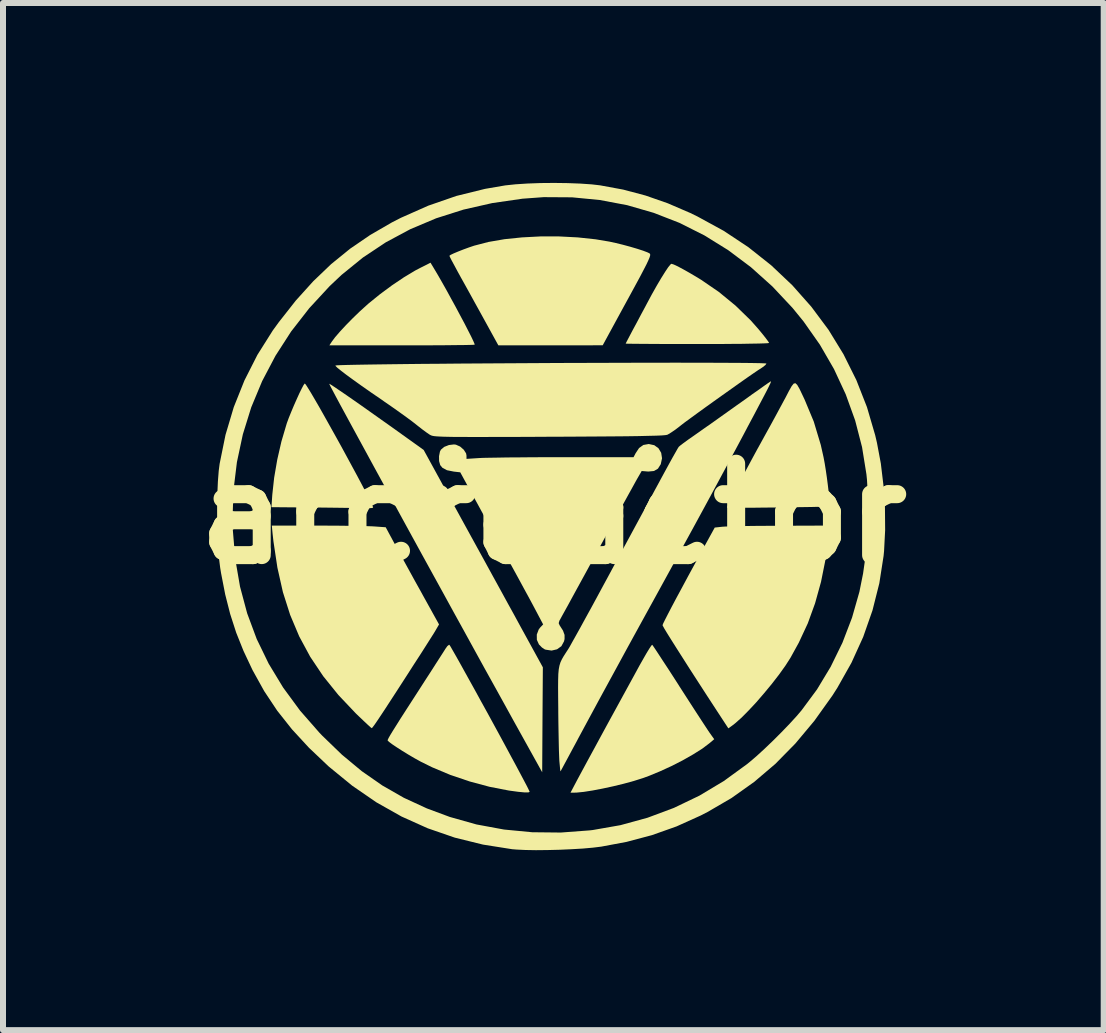
<source format=kicad_pcb>
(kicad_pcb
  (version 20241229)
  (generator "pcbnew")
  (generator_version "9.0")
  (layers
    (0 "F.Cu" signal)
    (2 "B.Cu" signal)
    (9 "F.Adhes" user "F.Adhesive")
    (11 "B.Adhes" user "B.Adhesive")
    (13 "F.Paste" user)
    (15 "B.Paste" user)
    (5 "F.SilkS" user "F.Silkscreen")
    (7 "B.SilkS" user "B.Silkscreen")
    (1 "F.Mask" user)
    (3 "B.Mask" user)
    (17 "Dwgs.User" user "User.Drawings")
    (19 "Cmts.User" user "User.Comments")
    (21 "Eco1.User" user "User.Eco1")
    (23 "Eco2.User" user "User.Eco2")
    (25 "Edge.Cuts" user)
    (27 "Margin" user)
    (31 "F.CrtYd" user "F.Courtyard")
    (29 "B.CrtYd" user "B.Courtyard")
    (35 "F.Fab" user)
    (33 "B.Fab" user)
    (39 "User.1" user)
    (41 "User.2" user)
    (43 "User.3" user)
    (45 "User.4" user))
  (footprint "arcreactor"
    (layer "F.Cu")
    (at 6.176 5.516)
    (property "Reference" "arcreactor" (at 0 0 0) (layer "F.SilkS") (effects (font (size 1.524 1.524) (thickness 0.3))))
    (attr board_only exclude_from_pos_files exclude_from_bom)
    (fp_poly (pts (xy -1.986 -4.083) (xy -1.926 -3.982) (xy -1.857 -3.862) (xy -1.782 -3.729) (xy -1.705 -3.588) (xy -1.627 -3.446) (xy -1.552 -3.305) (xy -1.482 -3.174) (xy -1.421 -3.055) (xy -1.37 -2.955) (xy -1.334 -2.879) (xy -1.314 -2.832) (xy -1.311 -2.82) (xy -1.335 -2.817) (xy -1.398 -2.815) (xy -1.498 -2.813) (xy -1.629 -2.812) (xy -1.788 -2.81) (xy -1.97 -2.809) (xy -2.173 -2.808) (xy -2.391 -2.808) (xy -2.529 -2.808) (xy -3.734 -2.808) (xy -3.695 -2.868) (xy -3.64 -2.942) (xy -3.558 -3.037) (xy -3.457 -3.146) (xy -3.344 -3.261) (xy -3.225 -3.376) (xy -3.109 -3.481) (xy -3.082 -3.505) (xy -2.891 -3.66) (xy -2.691 -3.808) (xy -2.492 -3.942) (xy -2.306 -4.054) (xy -2.216 -4.101) (xy -2.048 -4.186)) (stroke (width 0) (type solid)) (fill yes) (layer "F.SilkS"))
    (fp_poly (pts (xy -4.127 -2.153) (xy -4.093 -2.1) (xy -4.042 -2.017) (xy -3.978 -1.908) (xy -3.902 -1.777) (xy -3.819 -1.63) (xy -3.729 -1.469) (xy -3.635 -1.301) (xy -3.539 -1.128) (xy -3.445 -0.955) (xy -3.354 -0.787) (xy -3.268 -0.628) (xy -3.19 -0.481) (xy -3.123 -0.353) (xy -3.069 -0.246) (xy -3.03 -0.165) (xy -3.008 -0.115) (xy -3.005 -0.102) (xy -3.025 -0.096) (xy -3.078 -0.092) (xy -3.151 -0.093) (xy -3.153 -0.093) (xy -3.212 -0.094) (xy -3.308 -0.096) (xy -3.434 -0.098) (xy -3.584 -0.1) (xy -3.751 -0.102) (xy -3.928 -0.104) (xy -4.001 -0.104) (xy -4.7 -0.11) (xy -4.686 -0.318) (xy -4.655 -0.602) (xy -4.603 -0.904) (xy -4.534 -1.205) (xy -4.451 -1.486) (xy -4.443 -1.512) (xy -4.411 -1.599) (xy -4.37 -1.7) (xy -4.325 -1.807) (xy -4.278 -1.913) (xy -4.234 -2.01) (xy -4.194 -2.091) (xy -4.164 -2.147) (xy -4.146 -2.171) (xy -4.144 -2.172)) (stroke (width 0) (type solid)) (fill yes) (layer "F.SilkS"))
    (fp_poly (pts (xy -3.753 0.198) (xy -3.57 0.199) (xy -3.4 0.201) (xy -3.248 0.203) (xy -3.122 0.206) (xy -3.029 0.209) (xy -2.991 0.211) (xy -2.795 0.225) (xy -2.622 0.546) (xy -2.56 0.661) (xy -2.482 0.803) (xy -2.394 0.963) (xy -2.303 1.129) (xy -2.213 1.29) (xy -2.177 1.356) (xy -1.906 1.845) (xy -1.964 1.945) (xy -1.994 1.995) (xy -2.045 2.075) (xy -2.116 2.187) (xy -2.208 2.332) (xy -2.323 2.509) (xy -2.459 2.721) (xy -2.618 2.967) (xy -2.796 3.241) (xy -2.866 3.347) (xy -2.928 3.44) (xy -2.978 3.513) (xy -3.013 3.56) (xy -3.027 3.575) (xy -3.047 3.561) (xy -3.092 3.52) (xy -3.157 3.459) (xy -3.237 3.383) (xy -3.293 3.329) (xy -3.584 3.022) (xy -3.837 2.708) (xy -4.054 2.384) (xy -4.237 2.045) (xy -4.388 1.687) (xy -4.509 1.307) (xy -4.601 0.898) (xy -4.667 0.459) (xy -4.682 0.324) (xy -4.694 0.197) (xy -3.941 0.197)) (stroke (width 0) (type solid)) (fill yes) (layer "F.SilkS"))
    (fp_poly (pts (xy 0.096 -4.624) (xy 0.406 -4.608) (xy 0.705 -4.576) (xy 0.932 -4.538) (xy 1.038 -4.515) (xy 1.157 -4.486) (xy 1.279 -4.453) (xy 1.395 -4.419) (xy 1.494 -4.387) (xy 1.568 -4.359) (xy 1.601 -4.343) (xy 1.61 -4.335) (xy 1.615 -4.322) (xy 1.613 -4.301) (xy 1.602 -4.268) (xy 1.582 -4.221) (xy 1.551 -4.155) (xy 1.506 -4.068) (xy 1.447 -3.955) (xy 1.371 -3.815) (xy 1.277 -3.642) (xy 1.166 -3.439) (xy 0.823 -2.809) (xy -0.047 -2.808) (xy -0.917 -2.808) (xy -1.131 -3.197) (xy -1.214 -3.348) (xy -1.307 -3.516) (xy -1.401 -3.687) (xy -1.488 -3.844) (xy -1.539 -3.935) (xy -1.601 -4.048) (xy -1.654 -4.147) (xy -1.697 -4.226) (xy -1.724 -4.28) (xy -1.733 -4.301) (xy -1.714 -4.316) (xy -1.662 -4.341) (xy -1.588 -4.372) (xy -1.499 -4.407) (xy -1.406 -4.441) (xy -1.317 -4.471) (xy -1.316 -4.471) (xy -1.081 -4.532) (xy -0.814 -4.578) (xy -0.523 -4.608) (xy -0.217 -4.624)) (stroke (width 0) (type solid)) (fill yes) (layer "F.SilkS"))
    (fp_poly (pts (xy 2.007 -4.156) (xy 2.076 -4.124) (xy 2.169 -4.074) (xy 2.282 -4.01) (xy 2.409 -3.935) (xy 2.464 -3.901) (xy 2.759 -3.699) (xy 3.038 -3.47) (xy 3.291 -3.224) (xy 3.42 -3.078) (xy 3.487 -2.997) (xy 3.543 -2.926) (xy 3.581 -2.875) (xy 3.597 -2.849) (xy 3.597 -2.848) (xy 3.576 -2.844) (xy 3.515 -2.841) (xy 3.418 -2.838) (xy 3.289 -2.836) (xy 3.132 -2.833) (xy 2.951 -2.832) (xy 2.75 -2.83) (xy 2.533 -2.83) (xy 2.402 -2.83) (xy 2.177 -2.83) (xy 1.967 -2.83) (xy 1.774 -2.831) (xy 1.602 -2.832) (xy 1.457 -2.833) (xy 1.341 -2.834) (xy 1.258 -2.835) (xy 1.214 -2.836) (xy 1.206 -2.837) (xy 1.216 -2.858) (xy 1.243 -2.91) (xy 1.282 -2.984) (xy 1.323 -3.062) (xy 1.388 -3.182) (xy 1.46 -3.318) (xy 1.53 -3.448) (xy 1.557 -3.499) (xy 1.641 -3.656) (xy 1.722 -3.8) (xy 1.797 -3.927) (xy 1.862 -4.031) (xy 1.914 -4.109) (xy 1.952 -4.156) (xy 1.969 -4.168)) (stroke (width 0) (type solid)) (fill yes) (layer "F.SilkS"))
    (fp_poly (pts (xy -3.718 -2.158) (xy -3.667 -2.125) (xy -3.587 -2.071) (xy -3.481 -1.999) (xy -3.354 -1.911) (xy -3.208 -1.809) (xy -3.047 -1.695) (xy -2.875 -1.573) (xy -2.694 -1.445) (xy -2.514 -1.316) (xy -2.162 -1.064) (xy -1.531 0.088) (xy -1.403 0.321) (xy -1.27 0.563) (xy -1.136 0.807) (xy -1.004 1.048) (xy -0.877 1.279) (xy -0.76 1.493) (xy -0.655 1.683) (xy -0.567 1.845) (xy -0.537 1.9) (xy -0.175 2.56) (xy -0.181 3.435) (xy -0.186 4.31) (xy -0.661 3.455) (xy -0.813 3.179) (xy -0.973 2.89) (xy -1.139 2.591) (xy -1.309 2.282) (xy -1.482 1.967) (xy -1.658 1.648) (xy -1.834 1.327) (xy -2.01 1.007) (xy -2.185 0.689) (xy -2.356 0.377) (xy -2.523 0.072) (xy -2.684 -0.223) (xy -2.839 -0.506) (xy -2.986 -0.775) (xy -3.123 -1.027) (xy -3.25 -1.26) (xy -3.365 -1.471) (xy -3.467 -1.659) (xy -3.555 -1.821) (xy -3.627 -1.955) (xy -3.682 -2.059) (xy -3.719 -2.129) (xy -3.736 -2.165) (xy -3.737 -2.168)) (stroke (width 0) (type solid)) (fill yes) (layer "F.SilkS"))
    (fp_poly (pts (xy 1.663 2.204) (xy 1.699 2.257) (xy 1.753 2.339) (xy 1.822 2.445) (xy 1.905 2.571) (xy 1.997 2.713) (xy 2.096 2.867) (xy 2.096 2.868) (xy 2.199 3.028) (xy 2.297 3.18) (xy 2.387 3.319) (xy 2.467 3.442) (xy 2.532 3.541) (xy 2.58 3.614) (xy 2.605 3.651) (xy 2.682 3.759) (xy 2.6 3.828) (xy 2.482 3.917) (xy 2.331 4.012) (xy 2.157 4.111) (xy 1.969 4.207) (xy 1.777 4.295) (xy 1.59 4.372) (xy 1.491 4.408) (xy 1.342 4.455) (xy 1.174 4.501) (xy 0.997 4.544) (xy 0.821 4.582) (xy 0.654 4.614) (xy 0.507 4.637) (xy 0.387 4.649) (xy 0.346 4.65) (xy 0.286 4.65) (xy 0.399 4.436) (xy 0.442 4.356) (xy 0.504 4.241) (xy 0.584 4.093) (xy 0.681 3.915) (xy 0.792 3.71) (xy 0.917 3.48) (xy 1.054 3.23) (xy 1.201 2.961) (xy 1.357 2.676) (xy 1.437 2.529) (xy 1.5 2.418) (xy 1.555 2.322) (xy 1.601 2.247) (xy 1.633 2.199) (xy 1.648 2.184)) (stroke (width 0) (type solid)) (fill yes) (layer "F.SilkS"))
    (fp_poly (pts (xy 4.596 0.334) (xy 4.54 0.751) (xy 4.463 1.135) (xy 4.364 1.492) (xy 4.242 1.828) (xy 4.092 2.15) (xy 3.953 2.402) (xy 3.869 2.533) (xy 3.764 2.68) (xy 3.644 2.835) (xy 3.515 2.991) (xy 3.384 3.143) (xy 3.255 3.281) (xy 3.136 3.401) (xy 3.031 3.494) (xy 2.982 3.532) (xy 2.918 3.578) (xy 2.727 3.286) (xy 2.564 3.036) (xy 2.414 2.804) (xy 2.277 2.592) (xy 2.156 2.402) (xy 2.051 2.237) (xy 1.964 2.099) (xy 1.896 1.99) (xy 1.849 1.912) (xy 1.824 1.867) (xy 1.821 1.857) (xy 1.831 1.83) (xy 1.861 1.769) (xy 1.909 1.675) (xy 1.973 1.552) (xy 2.052 1.403) (xy 2.145 1.231) (xy 2.248 1.039) (xy 2.362 0.83) (xy 2.484 0.607) (xy 2.528 0.526) (xy 2.691 0.23) (xy 2.82 0.216) (xy 2.872 0.213) (xy 2.961 0.21) (xy 3.083 0.207) (xy 3.231 0.204) (xy 3.4 0.202) (xy 3.583 0.201) (xy 3.776 0.2) (xy 3.78 0.2) (xy 4.611 0.197)) (stroke (width 0) (type solid)) (fill yes) (layer "F.SilkS"))
    (fp_poly (pts (xy 4.067 -2.147) (xy 4.105 -2.081) (xy 4.155 -1.976) (xy 4.19 -1.902) (xy 4.342 -1.537) (xy 4.459 -1.148) (xy 4.505 -0.943) (xy 4.524 -0.842) (xy 4.543 -0.724) (xy 4.561 -0.6) (xy 4.577 -0.475) (xy 4.591 -0.358) (xy 4.601 -0.256) (xy 4.606 -0.179) (xy 4.606 -0.132) (xy 4.604 -0.123) (xy 4.581 -0.121) (xy 4.52 -0.118) (xy 4.427 -0.116) (xy 4.308 -0.113) (xy 4.168 -0.111) (xy 4.013 -0.109) (xy 3.849 -0.106) (xy 3.682 -0.104) (xy 3.516 -0.103) (xy 3.36 -0.101) (xy 3.216 -0.1) (xy 3.093 -0.1) (xy 2.994 -0.1) (xy 2.927 -0.101) (xy 2.897 -0.102) (xy 2.895 -0.103) (xy 2.905 -0.129) (xy 2.934 -0.188) (xy 2.977 -0.276) (xy 3.033 -0.385) (xy 3.099 -0.512) (xy 3.171 -0.65) (xy 3.248 -0.794) (xy 3.326 -0.939) (xy 3.402 -1.079) (xy 3.452 -1.169) (xy 3.536 -1.322) (xy 3.624 -1.481) (xy 3.708 -1.635) (xy 3.784 -1.776) (xy 3.847 -1.893) (xy 3.871 -1.937) (xy 3.929 -2.049) (xy 3.973 -2.127) (xy 4.007 -2.17) (xy 4.036 -2.177)) (stroke (width 0) (type solid)) (fill yes) (layer "F.SilkS"))
    (fp_poly (pts (xy -1.733 2.186) (xy -1.715 2.213) (xy -1.68 2.274) (xy -1.628 2.365) (xy -1.562 2.482) (xy -1.485 2.621) (xy -1.398 2.778) (xy -1.303 2.949) (xy -1.204 3.13) (xy -1.101 3.316) (xy -0.998 3.505) (xy -0.896 3.692) (xy -0.798 3.873) (xy -0.706 4.044) (xy -0.621 4.201) (xy -0.547 4.34) (xy -0.485 4.457) (xy -0.437 4.548) (xy -0.407 4.609) (xy -0.395 4.635) (xy -0.395 4.636) (xy -0.416 4.646) (xy -0.479 4.646) (xy -0.585 4.636) (xy -0.733 4.616) (xy -0.746 4.614) (xy -1.065 4.552) (xy -1.393 4.464) (xy -1.718 4.354) (xy -2.023 4.226) (xy -2.215 4.131) (xy -2.314 4.076) (xy -2.418 4.015) (xy -2.519 3.953) (xy -2.611 3.894) (xy -2.687 3.843) (xy -2.74 3.803) (xy -2.763 3.78) (xy -2.764 3.779) (xy -2.759 3.764) (xy -2.745 3.735) (xy -2.718 3.688) (xy -2.678 3.622) (xy -2.622 3.533) (xy -2.55 3.418) (xy -2.458 3.275) (xy -2.345 3.1) (xy -2.234 2.928) (xy -2.139 2.78) (xy -2.048 2.64) (xy -1.967 2.513) (xy -1.898 2.406) (xy -1.844 2.322) (xy -1.809 2.267) (xy -1.8 2.252) (xy -1.767 2.206) (xy -1.74 2.185)) (stroke (width 0) (type solid)) (fill yes) (layer "F.SilkS"))
    (fp_poly (pts (xy 1.683 -1.143) (xy 1.753 -1.092) (xy 1.798 -1.016) (xy 1.812 -0.925) (xy 1.791 -0.827) (xy 1.79 -0.825) (xy 1.744 -0.752) (xy 1.678 -0.713) (xy 1.584 -0.704) (xy 1.568 -0.705) (xy 1.473 -0.713) (xy 1.393 -0.575) (xy 1.368 -0.53) (xy 1.324 -0.45) (xy 1.263 -0.34) (xy 1.188 -0.204) (xy 1.101 -0.045) (xy 1.004 0.132) (xy 0.9 0.323) (xy 0.79 0.525) (xy 0.721 0.651) (xy 0.611 0.853) (xy 0.506 1.045) (xy 0.409 1.222) (xy 0.322 1.381) (xy 0.247 1.519) (xy 0.185 1.631) (xy 0.139 1.714) (xy 0.111 1.766) (xy 0.102 1.78) (xy 0.089 1.824) (xy 0.104 1.859) (xy 0.161 1.948) (xy 0.187 2.02) (xy 0.187 2.089) (xy 0.178 2.127) (xy 0.134 2.208) (xy 0.061 2.26) (xy -0.029 2.281) (xy -0.128 2.266) (xy -0.145 2.26) (xy -0.19 2.23) (xy -0.237 2.182) (xy -0.24 2.179) (xy -0.275 2.102) (xy -0.276 2.014) (xy -0.244 1.929) (xy -0.219 1.896) (xy -0.17 1.845) (xy -0.307 1.586) (xy -0.351 1.503) (xy -0.413 1.388) (xy -0.489 1.249) (xy -0.574 1.092) (xy -0.666 0.924) (xy -0.76 0.753) (xy -0.812 0.658) (xy -0.909 0.482) (xy -1.008 0.302) (xy -1.106 0.125) (xy -1.197 -0.041) (xy -1.277 -0.188) (xy -1.343 -0.307) (xy -1.367 -0.351) (xy -1.552 -0.691) (xy -1.659 -0.703) (xy -1.774 -0.726) (xy -1.851 -0.768) (xy -1.886 -0.811) (xy -1.905 -0.878) (xy -1.906 -0.96) (xy -1.891 -1.036) (xy -1.875 -1.068) (xy -1.82 -1.115) (xy -1.741 -1.146) (xy -1.657 -1.156) (xy -1.625 -1.152) (xy -1.555 -1.121) (xy -1.494 -1.068) (xy -1.455 -1.007) (xy -1.448 -0.97) (xy -1.448 -0.915) (xy -1.234 -0.929) (xy -1.17 -0.932) (xy -1.068 -0.934) (xy -0.932 -0.936) (xy -0.767 -0.939) (xy -0.579 -0.94) (xy -0.372 -0.942) (xy -0.151 -0.943) (xy 0.079 -0.943) (xy 0.158 -0.943) (xy 1.337 -0.943) (xy 1.371 -1.008) (xy 1.43 -1.097) (xy 1.501 -1.147) (xy 1.59 -1.163) (xy 1.591 -1.163)) (stroke (width 0) (type solid)) (fill yes) (layer "F.SilkS"))
    (fp_poly (pts (xy 2.314 -2.518) (xy 2.571 -2.518) (xy 2.804 -2.517) (xy 3.011 -2.516) (xy 3.188 -2.515) (xy 3.334 -2.513) (xy 3.445 -2.511) (xy 3.518 -2.508) (xy 3.552 -2.506) (xy 3.553 -2.505) (xy 3.536 -2.48) (xy 3.493 -2.446) (xy 3.471 -2.431) (xy 3.418 -2.397) (xy 3.334 -2.34) (xy 3.227 -2.266) (xy 3.102 -2.178) (xy 2.964 -2.08) (xy 2.819 -1.977) (xy 2.673 -1.873) (xy 2.532 -1.772) (xy 2.401 -1.677) (xy 2.286 -1.593) (xy 2.193 -1.525) (xy 2.128 -1.475) (xy 2.112 -1.462) (xy 2.035 -1.403) (xy 1.963 -1.354) (xy 1.908 -1.321) (xy 1.896 -1.316) (xy 1.867 -1.311) (xy 1.806 -1.306) (xy 1.712 -1.302) (xy 1.583 -1.299) (xy 1.418 -1.295) (xy 1.216 -1.292) (xy 0.975 -1.29) (xy 0.695 -1.288) (xy 0.374 -1.286) (xy 0.01 -1.284) (xy -0.08 -1.284) (xy -0.413 -1.282) (xy -0.705 -1.281) (xy -0.959 -1.281) (xy -1.178 -1.28) (xy -1.364 -1.28) (xy -1.52 -1.281) (xy -1.649 -1.281) (xy -1.754 -1.283) (xy -1.838 -1.285) (xy -1.903 -1.288) (xy -1.953 -1.291) (xy -1.99 -1.295) (xy -2.017 -1.3) (xy -2.036 -1.306) (xy -2.051 -1.313) (xy -2.065 -1.321) (xy -2.065 -1.321) (xy -2.116 -1.356) (xy -2.188 -1.409) (xy -2.267 -1.471) (xy -2.292 -1.491) (xy -2.356 -1.541) (xy -2.448 -1.609) (xy -2.562 -1.691) (xy -2.689 -1.781) (xy -2.821 -1.872) (xy -2.873 -1.909) (xy -3.043 -2.025) (xy -3.197 -2.133) (xy -3.334 -2.231) (xy -3.449 -2.315) (xy -3.539 -2.384) (xy -3.601 -2.434) (xy -3.631 -2.464) (xy -3.634 -2.471) (xy -3.609 -2.475) (xy -3.544 -2.478) (xy -3.44 -2.481) (xy -3.301 -2.484) (xy -3.13 -2.487) (xy -2.929 -2.49) (xy -2.701 -2.493) (xy -2.45 -2.496) (xy -2.176 -2.499) (xy -1.885 -2.501) (xy -1.578 -2.504) (xy -1.257 -2.506) (xy -0.927 -2.508) (xy -0.59 -2.51) (xy -0.248 -2.512) (xy 0.096 -2.514) (xy 0.439 -2.515) (xy 0.777 -2.516) (xy 1.109 -2.517) (xy 1.432 -2.518) (xy 1.742 -2.518) (xy 2.037 -2.519)) (stroke (width 0) (type solid)) (fill yes) (layer "F.SilkS"))
    (fp_poly (pts (xy 3.628 -2.206) (xy 3.627 -2.198) (xy 3.62 -2.178) (xy 3.604 -2.145) (xy 3.579 -2.093) (xy 3.542 -2.021) (xy 3.492 -1.926) (xy 3.427 -1.803) (xy 3.346 -1.649) (xy 3.246 -1.462) (xy 3.175 -1.327) (xy 3.041 -1.076) (xy 2.888 -0.792) (xy 2.72 -0.48) (xy 2.539 -0.146) (xy 2.348 0.205) (xy 2.15 0.567) (xy 1.948 0.936) (xy 1.745 1.306) (xy 1.667 1.448) (xy 1.525 1.706) (xy 1.375 1.979) (xy 1.221 2.26) (xy 1.067 2.543) (xy 0.916 2.82) (xy 0.771 3.086) (xy 0.637 3.334) (xy 0.516 3.558) (xy 0.412 3.751) (xy 0.395 3.784) (xy 0.322 3.919) (xy 0.256 4.042) (xy 0.2 4.146) (xy 0.157 4.226) (xy 0.129 4.278) (xy 0.119 4.295) (xy 0.115 4.278) (xy 0.11 4.227) (xy 0.103 4.152) (xy 0.1 4.12) (xy 0.097 4.051) (xy 0.093 3.946) (xy 0.09 3.812) (xy 0.087 3.656) (xy 0.084 3.484) (xy 0.082 3.305) (xy 0.082 3.246) (xy 0.08 3.051) (xy 0.079 2.894) (xy 0.08 2.77) (xy 0.083 2.671) (xy 0.09 2.594) (xy 0.102 2.531) (xy 0.119 2.476) (xy 0.143 2.425) (xy 0.174 2.371) (xy 0.214 2.309) (xy 0.251 2.252) (xy 0.275 2.212) (xy 0.317 2.136) (xy 0.376 2.031) (xy 0.45 1.898) (xy 0.535 1.742) (xy 0.631 1.568) (xy 0.734 1.378) (xy 0.842 1.178) (xy 0.91 1.053) (xy 1.03 0.83) (xy 1.153 0.603) (xy 1.276 0.376) (xy 1.395 0.156) (xy 1.507 -0.051) (xy 1.608 -0.239) (xy 1.696 -0.402) (xy 1.768 -0.534) (xy 1.781 -0.559) (xy 1.857 -0.699) (xy 1.927 -0.827) (xy 1.988 -0.938) (xy 2.038 -1.026) (xy 2.072 -1.086) (xy 2.089 -1.113) (xy 2.089 -1.114) (xy 2.115 -1.137) (xy 2.17 -1.179) (xy 2.244 -1.233) (xy 2.323 -1.288) (xy 2.397 -1.34) (xy 2.5 -1.413) (xy 2.625 -1.5) (xy 2.764 -1.599) (xy 2.91 -1.703) (xy 3.056 -1.807) (xy 3.06 -1.81) (xy 3.195 -1.905) (xy 3.318 -1.994) (xy 3.427 -2.07) (xy 3.515 -2.133) (xy 3.578 -2.177) (xy 3.612 -2.2) (xy 3.615 -2.202) (xy 3.623 -2.207)) (stroke (width 0) (type solid)) (fill yes) (layer "F.SilkS"))
    (fp_poly (pts (xy 0.239 -5.513) (xy 0.451 -5.505) (xy 0.64 -5.492) (xy 0.778 -5.476) (xy 1.164 -5.405) (xy 1.537 -5.306) (xy 1.907 -5.177) (xy 2.283 -5.015) (xy 2.402 -4.957) (xy 2.841 -4.717) (xy 3.251 -4.445) (xy 3.633 -4.142) (xy 3.984 -3.81) (xy 4.302 -3.451) (xy 4.588 -3.067) (xy 4.838 -2.659) (xy 5.052 -2.229) (xy 5.229 -1.778) (xy 5.366 -1.31) (xy 5.395 -1.186) (xy 5.46 -0.84) (xy 5.504 -0.472) (xy 5.529 -0.096) (xy 5.532 0.273) (xy 5.514 0.622) (xy 5.506 0.703) (xy 5.435 1.159) (xy 5.321 1.611) (xy 5.166 2.054) (xy 4.97 2.485) (xy 4.735 2.902) (xy 4.65 3.035) (xy 4.352 3.452) (xy 4.036 3.83) (xy 3.702 4.17) (xy 3.347 4.472) (xy 2.97 4.74) (xy 2.57 4.973) (xy 2.457 5.031) (xy 2.054 5.213) (xy 1.645 5.358) (xy 1.22 5.471) (xy 0.798 5.55) (xy 0.66 5.567) (xy 0.492 5.582) (xy 0.304 5.593) (xy 0.104 5.602) (xy -0.097 5.607) (xy -0.29 5.609) (xy -0.464 5.606) (xy -0.611 5.599) (xy -0.686 5.593) (xy -1.173 5.516) (xy -1.643 5.4) (xy -2.095 5.244) (xy -2.531 5.048) (xy -2.951 4.811) (xy -3.355 4.533) (xy -3.745 4.214) (xy -4.074 3.902) (xy -4.358 3.594) (xy -4.605 3.282) (xy -4.821 2.957) (xy -5.013 2.611) (xy -5.019 2.599) (xy -5.166 2.287) (xy -5.288 1.982) (xy -5.388 1.672) (xy -5.471 1.346) (xy -5.54 0.991) (xy -5.555 0.899) (xy -5.575 0.741) (xy -5.59 0.55) (xy -5.6 0.338) (xy -5.606 0.113) (xy -5.606 0.102) (xy -5.349 0.102) (xy -5.344 0.271) (xy -5.304 0.752) (xy -5.224 1.215) (xy -5.105 1.66) (xy -4.946 2.088) (xy -4.746 2.5) (xy -4.505 2.898) (xy -4.223 3.282) (xy -3.899 3.652) (xy -3.852 3.701) (xy -3.526 4.016) (xy -3.195 4.291) (xy -2.852 4.53) (xy -2.492 4.736) (xy -2.108 4.913) (xy -1.726 5.055) (xy -1.282 5.18) (xy -0.822 5.265) (xy -0.352 5.31) (xy 0.125 5.315) (xy 0.605 5.279) (xy 0.657 5.273) (xy 1.119 5.192) (xy 1.571 5.068) (xy 2.01 4.904) (xy 2.435 4.7) (xy 2.842 4.456) (xy 3.23 4.174) (xy 3.279 4.134) (xy 3.391 4.038) (xy 3.522 3.918) (xy 3.663 3.783) (xy 3.805 3.641) (xy 3.939 3.502) (xy 4.056 3.374) (xy 4.137 3.279) (xy 4.396 2.929) (xy 4.624 2.551) (xy 4.82 2.15) (xy 4.98 1.732) (xy 5.103 1.301) (xy 5.164 0.997) (xy 5.198 0.757) (xy 5.223 0.492) (xy 5.24 0.214) (xy 5.246 -0.063) (xy 5.243 -0.328) (xy 5.229 -0.569) (xy 5.22 -0.658) (xy 5.147 -1.111) (xy 5.032 -1.556) (xy 4.875 -1.991) (xy 4.679 -2.413) (xy 4.444 -2.819) (xy 4.172 -3.206) (xy 3.987 -3.433) (xy 3.651 -3.791) (xy 3.293 -4.112) (xy 2.914 -4.396) (xy 2.517 -4.642) (xy 2.103 -4.85) (xy 1.674 -5.017) (xy 1.231 -5.145) (xy 0.776 -5.231) (xy 0.312 -5.276) (xy -0.161 -5.279) (xy -0.515 -5.253) (xy -1.019 -5.18) (xy -1.499 -5.071) (xy -1.955 -4.926) (xy -2.386 -4.744) (xy -2.793 -4.526) (xy -3.175 -4.272) (xy -3.532 -3.982) (xy -3.73 -3.795) (xy -4.07 -3.427) (xy -4.372 -3.039) (xy -4.633 -2.634) (xy -4.855 -2.212) (xy -5.037 -1.775) (xy -5.177 -1.324) (xy -5.276 -0.86) (xy -5.334 -0.384) (xy -5.349 0.102) (xy -5.606 0.102) (xy -5.606 -0.115) (xy -5.602 -0.335) (xy -5.593 -0.539) (xy -5.579 -0.717) (xy -5.564 -0.834) (xy -5.466 -1.316) (xy -5.328 -1.779) (xy -5.15 -2.224) (xy -4.934 -2.65) (xy -4.678 -3.056) (xy -4.577 -3.195) (xy -4.293 -3.556) (xy -4.003 -3.877) (xy -3.704 -4.163) (xy -3.389 -4.419) (xy -3.054 -4.648) (xy -2.693 -4.857) (xy -2.543 -4.934) (xy -2.085 -5.137) (xy -1.617 -5.299) (xy -1.139 -5.417) (xy -0.801 -5.475) (xy -0.631 -5.493) (xy -0.432 -5.506) (xy -0.213 -5.514) (xy 0.014 -5.516)) (stroke (width 0) (type solid)) (fill yes) (layer "F.SilkS")))
  (gr_rect
    (start -3 -3)
    (end 15.352 14.125)
    (stroke (width 0.1) (type default))
    (fill no)
    (layer "Edge.Cuts")))
</source>
